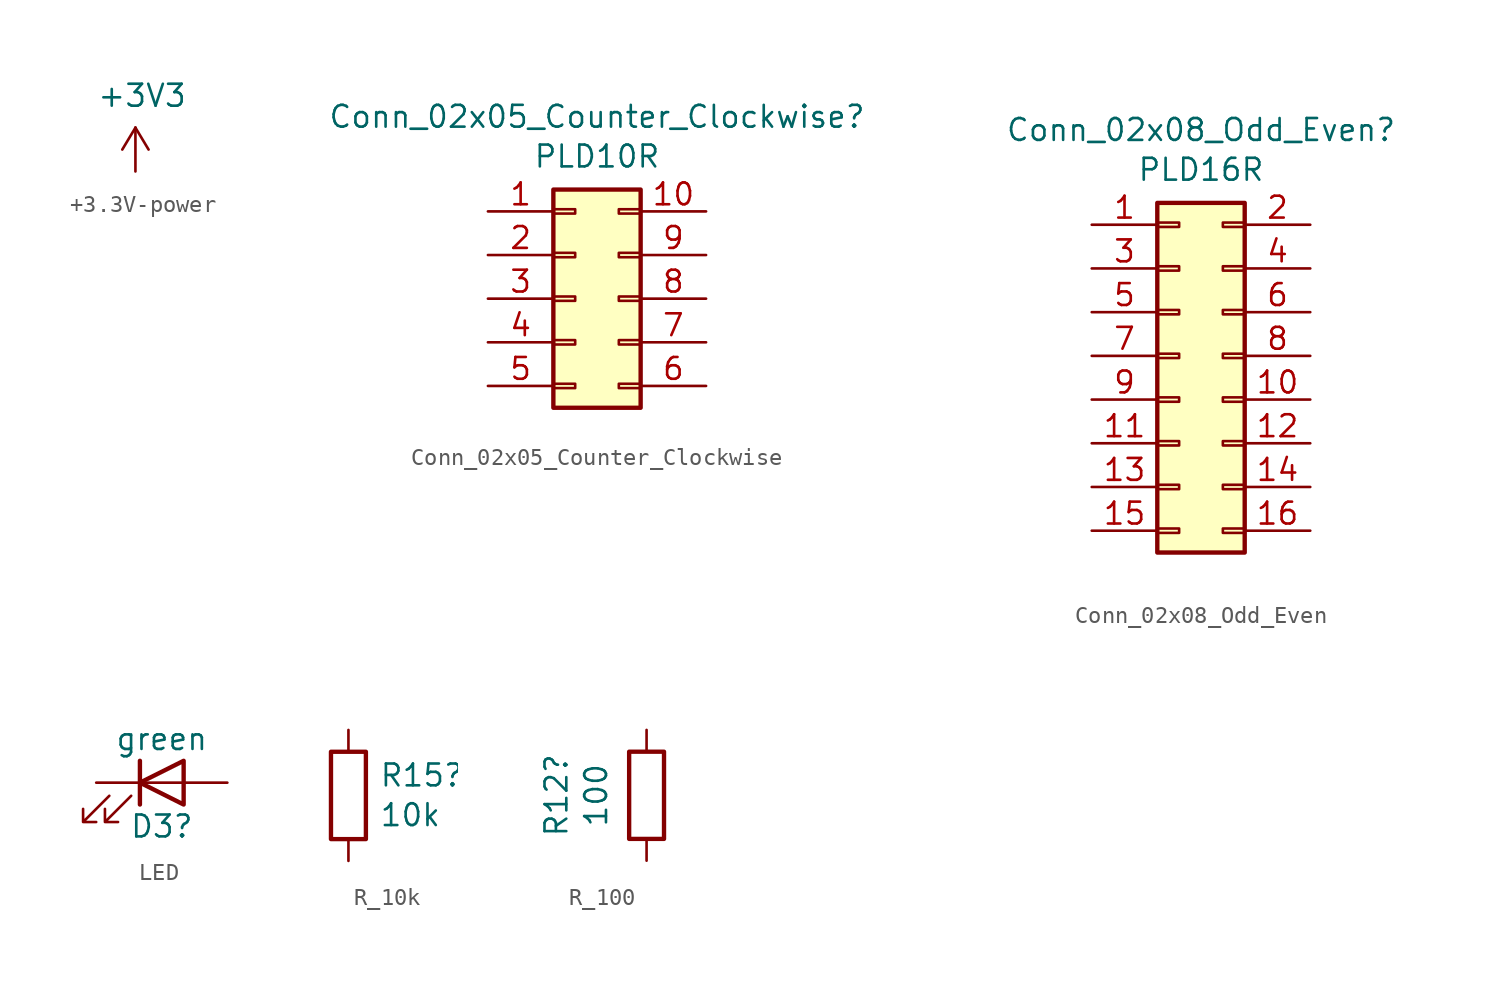
<source format=kicad_sym>
(kicad_symbol_lib
  (version 20231120)
  (generator "kicad_symbol_editor")
  (generator_version "8.0")
  (symbol "+3.3V-power"
    (power)
    (pin_names
      (offset 0))
    (property "Reference" "#PWR072"
      (at 0 -3.81 0)
      (effects (font (size 1.27 1.27)) (hide yes)))
    (property "Value" "+3V3"
      (at 0.381 4.394 0)
      (effects (font (size 1.27 1.27))))
    (symbol "+3.3V-power_0_1"
      (polyline (pts (xy -0.762 1.27) (xy 0 2.54)) (stroke (width 0) (type solid)) (fill (type none)))
      (polyline (pts (xy 0 0) (xy 0 2.54)) (stroke (width 0) (type solid)) (fill (type none)))
      (polyline (pts (xy 0 2.54) (xy 0.762 1.27)) (stroke (width 0) (type solid)) (fill (type none))))
    (symbol "+3.3V-power_1_1"
      (pin power_in line (at 0 0 90) (length 0) hide (name "+3V3" (effects (font (size 1.27 1.27)))) (number "1" (effects (font (size 1.27 1.27)))))))
  (symbol "Conn_02x05_Counter_Clockwise"
    (pin_names
      (offset 1.016) hide)
    (property "Reference" "Conn_02x05_Counter_Clockwise"
      (at 1.27 10.592 0)
      (effects (font (size 1.27 1.27))))
    (property "Value" "PLD10R"
      (at 1.27 8.28 0)
      (effects (font (size 1.27 1.27))))
    (symbol "Conn_02x05_Counter_Clockwise_1_1"
      (rectangle (start -1.27 -4.953) (end 0 -5.207) (stroke (width 0.152) (type default)) (fill (type none)))
      (rectangle (start -1.27 -2.413) (end 0 -2.667) (stroke (width 0.152) (type default)) (fill (type none)))
      (rectangle (start -1.27 0.127) (end 0 -0.127) (stroke (width 0.152) (type default)) (fill (type none)))
      (rectangle (start -1.27 2.667) (end 0 2.413) (stroke (width 0.152) (type default)) (fill (type none)))
      (rectangle (start -1.27 5.207) (end 0 4.953) (stroke (width 0.152) (type default)) (fill (type none)))
      (rectangle (start -1.27 6.35) (end 3.81 -6.35) (stroke (width 0.254) (type default)) (fill (type background)))
      (rectangle (start 3.81 -4.953) (end 2.54 -5.207) (stroke (width 0.152) (type default)) (fill (type none)))
      (rectangle (start 3.81 -2.413) (end 2.54 -2.667) (stroke (width 0.152) (type default)) (fill (type none)))
      (rectangle (start 3.81 0.127) (end 2.54 -0.127) (stroke (width 0.152) (type default)) (fill (type none)))
      (rectangle (start 3.81 2.667) (end 2.54 2.413) (stroke (width 0.152) (type default)) (fill (type none)))
      (rectangle (start 3.81 5.207) (end 2.54 4.953) (stroke (width 0.152) (type default)) (fill (type none)))
      (pin passive line (at -5.08 5.08 0) (length 3.81) (name "Pin_1" (effects (font (size 1.27 1.27)))) (number "1" (effects (font (size 1.27 1.27)))))
      (pin passive line (at 7.62 5.08 180) (length 3.81) (name "Pin_10" (effects (font (size 1.27 1.27)))) (number "10" (effects (font (size 1.27 1.27)))))
      (pin passive line (at -5.08 2.54 0) (length 3.81) (name "Pin_2" (effects (font (size 1.27 1.27)))) (number "2" (effects (font (size 1.27 1.27)))))
      (pin passive line (at -5.08 0 0) (length 3.81) (name "Pin_3" (effects (font (size 1.27 1.27)))) (number "3" (effects (font (size 1.27 1.27)))))
      (pin passive line (at -5.08 -2.54 0) (length 3.81) (name "Pin_4" (effects (font (size 1.27 1.27)))) (number "4" (effects (font (size 1.27 1.27)))))
      (pin passive line (at -5.08 -5.08 0) (length 3.81) (name "Pin_5" (effects (font (size 1.27 1.27)))) (number "5" (effects (font (size 1.27 1.27)))))
      (pin passive line (at 7.62 -5.08 180) (length 3.81) (name "Pin_6" (effects (font (size 1.27 1.27)))) (number "6" (effects (font (size 1.27 1.27)))))
      (pin passive line (at 7.62 -2.54 180) (length 3.81) (name "Pin_7" (effects (font (size 1.27 1.27)))) (number "7" (effects (font (size 1.27 1.27)))))
      (pin passive line (at 7.62 0 180) (length 3.81) (name "Pin_8" (effects (font (size 1.27 1.27)))) (number "8" (effects (font (size 1.27 1.27)))))
      (pin passive line (at 7.62 2.54 180) (length 3.81) (name "Pin_9" (effects (font (size 1.27 1.27)))) (number "9" (effects (font (size 1.27 1.27)))))))
  (symbol "Conn_02x08_Odd_Even"
    (pin_names
      (offset 1.016) hide)
    (property "Reference" "Conn_02x08_Odd_Even"
      (at 1.27 13.132 0)
      (effects (font (size 1.27 1.27))))
    (property "Value" "PLD16R"
      (at 1.27 10.82 0)
      (effects (font (size 1.27 1.27))))
    (symbol "Conn_02x08_Odd_Even_1_1"
      (rectangle (start -1.27 -10.033) (end 0 -10.287) (stroke (width 0.152) (type default)) (fill (type none)))
      (rectangle (start -1.27 -7.493) (end 0 -7.747) (stroke (width 0.152) (type default)) (fill (type none)))
      (rectangle (start -1.27 -4.953) (end 0 -5.207) (stroke (width 0.152) (type default)) (fill (type none)))
      (rectangle (start -1.27 -2.413) (end 0 -2.667) (stroke (width 0.152) (type default)) (fill (type none)))
      (rectangle (start -1.27 0.127) (end 0 -0.127) (stroke (width 0.152) (type default)) (fill (type none)))
      (rectangle (start -1.27 2.667) (end 0 2.413) (stroke (width 0.152) (type default)) (fill (type none)))
      (rectangle (start -1.27 5.207) (end 0 4.953) (stroke (width 0.152) (type default)) (fill (type none)))
      (rectangle (start -1.27 7.747) (end 0 7.493) (stroke (width 0.152) (type default)) (fill (type none)))
      (rectangle (start -1.27 8.89) (end 3.81 -11.43) (stroke (width 0.254) (type default)) (fill (type background)))
      (rectangle (start 3.81 -10.033) (end 2.54 -10.287) (stroke (width 0.152) (type default)) (fill (type none)))
      (rectangle (start 3.81 -7.493) (end 2.54 -7.747) (stroke (width 0.152) (type default)) (fill (type none)))
      (rectangle (start 3.81 -4.953) (end 2.54 -5.207) (stroke (width 0.152) (type default)) (fill (type none)))
      (rectangle (start 3.81 -2.413) (end 2.54 -2.667) (stroke (width 0.152) (type default)) (fill (type none)))
      (rectangle (start 3.81 0.127) (end 2.54 -0.127) (stroke (width 0.152) (type default)) (fill (type none)))
      (rectangle (start 3.81 2.667) (end 2.54 2.413) (stroke (width 0.152) (type default)) (fill (type none)))
      (rectangle (start 3.81 5.207) (end 2.54 4.953) (stroke (width 0.152) (type default)) (fill (type none)))
      (rectangle (start 3.81 7.747) (end 2.54 7.493) (stroke (width 0.152) (type default)) (fill (type none)))
      (pin passive line (at -5.08 7.62 0) (length 3.81) (name "Pin_1" (effects (font (size 1.27 1.27)))) (number "1" (effects (font (size 1.27 1.27)))))
      (pin passive line (at 7.62 -2.54 180) (length 3.81) (name "Pin_10" (effects (font (size 1.27 1.27)))) (number "10" (effects (font (size 1.27 1.27)))))
      (pin passive line (at -5.08 -5.08 0) (length 3.81) (name "Pin_11" (effects (font (size 1.27 1.27)))) (number "11" (effects (font (size 1.27 1.27)))))
      (pin passive line (at 7.62 -5.08 180) (length 3.81) (name "Pin_12" (effects (font (size 1.27 1.27)))) (number "12" (effects (font (size 1.27 1.27)))))
      (pin passive line (at -5.08 -7.62 0) (length 3.81) (name "Pin_13" (effects (font (size 1.27 1.27)))) (number "13" (effects (font (size 1.27 1.27)))))
      (pin passive line (at 7.62 -7.62 180) (length 3.81) (name "Pin_14" (effects (font (size 1.27 1.27)))) (number "14" (effects (font (size 1.27 1.27)))))
      (pin passive line (at -5.08 -10.16 0) (length 3.81) (name "Pin_15" (effects (font (size 1.27 1.27)))) (number "15" (effects (font (size 1.27 1.27)))))
      (pin passive line (at 7.62 -10.16 180) (length 3.81) (name "Pin_16" (effects (font (size 1.27 1.27)))) (number "16" (effects (font (size 1.27 1.27)))))
      (pin passive line (at 7.62 7.62 180) (length 3.81) (name "Pin_2" (effects (font (size 1.27 1.27)))) (number "2" (effects (font (size 1.27 1.27)))))
      (pin passive line (at -5.08 5.08 0) (length 3.81) (name "Pin_3" (effects (font (size 1.27 1.27)))) (number "3" (effects (font (size 1.27 1.27)))))
      (pin passive line (at 7.62 5.08 180) (length 3.81) (name "Pin_4" (effects (font (size 1.27 1.27)))) (number "4" (effects (font (size 1.27 1.27)))))
      (pin passive line (at -5.08 2.54 0) (length 3.81) (name "Pin_5" (effects (font (size 1.27 1.27)))) (number "5" (effects (font (size 1.27 1.27)))))
      (pin passive line (at 7.62 2.54 180) (length 3.81) (name "Pin_6" (effects (font (size 1.27 1.27)))) (number "6" (effects (font (size 1.27 1.27)))))
      (pin passive line (at -5.08 0 0) (length 3.81) (name "Pin_7" (effects (font (size 1.27 1.27)))) (number "7" (effects (font (size 1.27 1.27)))))
      (pin passive line (at 7.62 0 180) (length 3.81) (name "Pin_8" (effects (font (size 1.27 1.27)))) (number "8" (effects (font (size 1.27 1.27)))))
      (pin passive line (at -5.08 -2.54 0) (length 3.81) (name "Pin_9" (effects (font (size 1.27 1.27)))) (number "9" (effects (font (size 1.27 1.27)))))))
  (symbol "LED"
    (pin_numbers hide)
    (pin_names
      (offset 1.016) hide)
    (property "Reference" "D3"
      (at 0 -2.54 0)
      (effects (font (size 1.27 1.27))))
    (property "Value" "green"
      (at 0 2.54 0)
      (effects (font (size 1.27 1.27))))
    (symbol "LED_0_1"
      (polyline (pts (xy -1.27 -1.27) (xy -1.27 1.27)) (stroke (width 0.254) (type default)) (fill (type none)))
      (polyline (pts (xy -1.27 0) (xy 1.27 0)) (stroke (width 0) (type default)) (fill (type none)))
      (polyline (pts (xy 1.27 -1.27) (xy 1.27 1.27) (xy -1.27 0) (xy 1.27 -1.27)) (stroke (width 0.254) (type default)) (fill (type none)))
      (polyline (pts (xy -3.048 -0.762) (xy -4.572 -2.286) (xy -3.81 -2.286) (xy -4.572 -2.286) (xy -4.572 -1.524)) (stroke (width 0) (type default)) (fill (type none)))
      (polyline (pts (xy -1.778 -0.762) (xy -3.302 -2.286) (xy -2.54 -2.286) (xy -3.302 -2.286) (xy -3.302 -1.524)) (stroke (width 0) (type default)) (fill (type none))))
    (symbol "LED_1_1"
      (pin passive line (at -3.81 0 0) (length 2.54) (name "K" (effects (font (size 1.27 1.27)))) (number "1" (effects (font (size 1.27 1.27)))))
      (pin passive line (at 3.81 0 180) (length 2.54) (name "A" (effects (font (size 1.27 1.27)))) (number "2" (effects (font (size 1.27 1.27)))))))
  (symbol "R_10k"
    (pin_numbers hide)
    (pin_names
      (offset 0))
    (property "Reference" "R15"
      (at 1.778 1.168 0)
      (effects (font (size 1.27 1.27)) (justify left)))
    (property "Value" "10k"
      (at 1.778 -1.143 0)
      (effects (font (size 1.27 1.27)) (justify left)))
    (symbol "R_10k_0_1"
      (rectangle (start -1.016 -2.54) (end 1.016 2.54) (stroke (width 0.254) (type default)) (fill (type none))))
    (symbol "R_10k_1_1"
      (pin passive line (at 0 3.81 270) (length 1.27) (name "~" (effects (font (size 1.27 1.27)))) (number "1" (effects (font (size 1.27 1.27)))))
      (pin passive line (at 0 -3.81 90) (length 1.27) (name "~" (effects (font (size 1.27 1.27)))) (number "2" (effects (font (size 1.27 1.27)))))))
  (symbol "R_100"
    (pin_numbers hide)
    (pin_names
      (offset 0))
    (property "Reference" "R12"
      (at -5.258 0 90)
      (effects (font (size 1.27 1.27))))
    (property "Value" "100"
      (at -2.946 0 90)
      (effects (font (size 1.27 1.27))))
    (symbol "R_100_0_1"
      (rectangle (start -1.016 -2.54) (end 1.016 2.54) (stroke (width 0.254) (type default)) (fill (type none))))
    (symbol "R_100_1_1"
      (pin passive line (at 0 3.81 270) (length 1.27) (name "~" (effects (font (size 1.27 1.27)))) (number "1" (effects (font (size 1.27 1.27)))))
      (pin passive line (at 0 -3.81 90) (length 1.27) (name "~" (effects (font (size 1.27 1.27)))) (number "2" (effects (font (size 1.27 1.27))))))))
</source>
